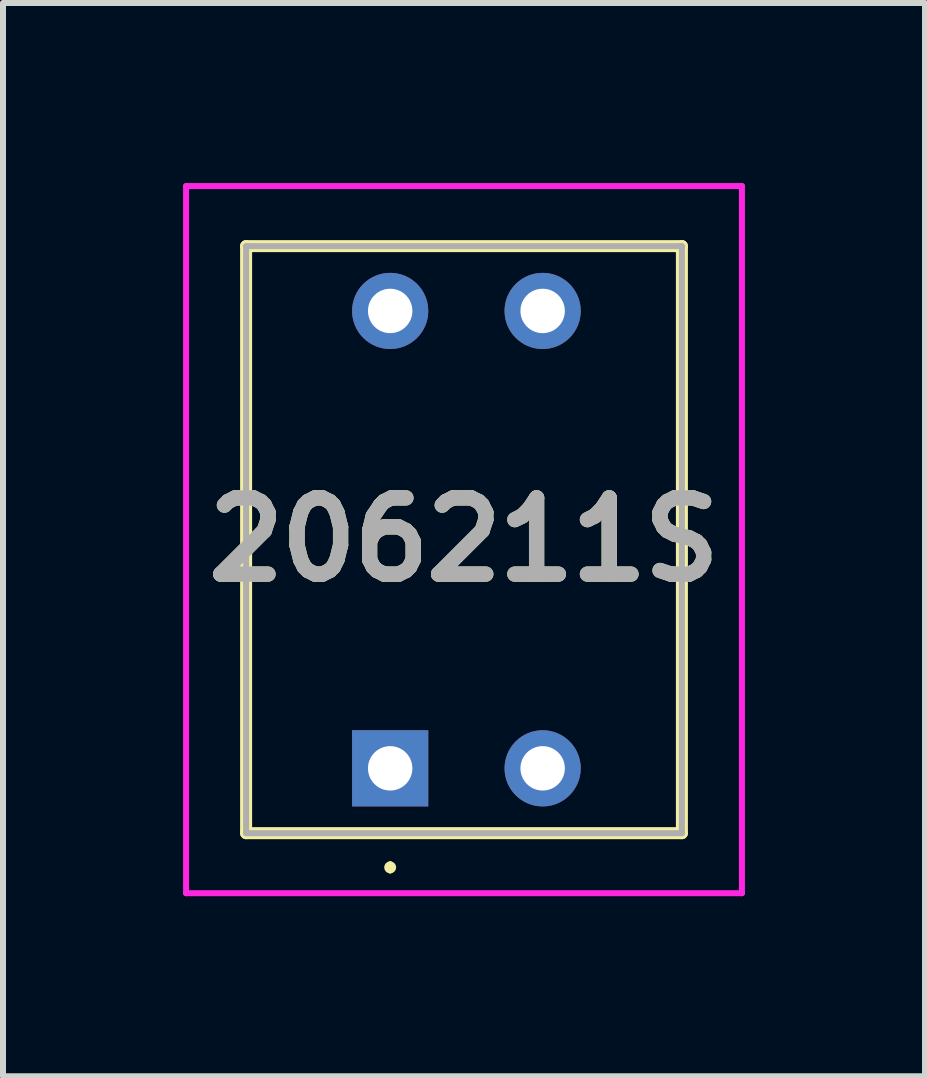
<source format=kicad_pcb>
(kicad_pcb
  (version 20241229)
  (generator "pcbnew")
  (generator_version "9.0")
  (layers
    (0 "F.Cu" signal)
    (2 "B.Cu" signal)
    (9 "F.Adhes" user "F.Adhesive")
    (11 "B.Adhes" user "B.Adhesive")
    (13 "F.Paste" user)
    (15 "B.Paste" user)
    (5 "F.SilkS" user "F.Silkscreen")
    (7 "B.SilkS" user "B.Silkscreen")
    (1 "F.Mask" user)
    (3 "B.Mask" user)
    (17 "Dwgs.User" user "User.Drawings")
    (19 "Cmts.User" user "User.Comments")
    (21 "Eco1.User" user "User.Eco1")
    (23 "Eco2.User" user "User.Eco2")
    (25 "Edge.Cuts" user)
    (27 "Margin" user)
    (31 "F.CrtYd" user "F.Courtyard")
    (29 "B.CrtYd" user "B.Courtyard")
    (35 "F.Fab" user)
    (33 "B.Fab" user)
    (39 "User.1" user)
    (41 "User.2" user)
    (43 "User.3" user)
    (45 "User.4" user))
  (footprint "206211S"
    (layer "F.Cu")
    (at 3.45 9.75)
    (property "Reference" "206211S" (at 1.23 -3.81 0) (layer "F.SilkS") (effects (font (size 1.27 1.27) (thickness 0.254))))
    (attr through_hole)
    (fp_line (start -2.4 -8.7) (end -2.4 1.08) (stroke (width 0.2) (type solid)) (layer "F.SilkS"))
    (fp_line (start -2.4 1.08) (end 4.86 1.08) (stroke (width 0.2) (type solid)) (layer "F.SilkS"))
    (fp_line (start 0 1.6) (end 0 1.6) (stroke (width 0.1) (type solid)) (layer "F.SilkS"))
    (fp_line (start 0 1.7) (end 0 1.7) (stroke (width 0.1) (type solid)) (layer "F.SilkS"))
    (fp_line (start 4.86 -8.7) (end -2.4 -8.7) (stroke (width 0.2) (type solid)) (layer "F.SilkS"))
    (fp_line (start 4.86 1.08) (end 4.86 -8.7) (stroke (width 0.2) (type solid)) (layer "F.SilkS"))
    (fp_arc (start 0 1.6) (mid 0.05 1.65) (end 0 1.7) (stroke (width 0.1) (type solid)) (layer "F.SilkS"))
    (fp_arc (start 0 1.7) (mid -0.05 1.65) (end 0 1.6) (stroke (width 0.1) (type solid)) (layer "F.SilkS"))
    (fp_line (start -3.4 -9.7) (end -3.4 2.08) (stroke (width 0.1) (type solid)) (layer "F.CrtYd"))
    (fp_line (start -3.4 2.08) (end 5.86 2.08) (stroke (width 0.1) (type solid)) (layer "F.CrtYd"))
    (fp_line (start 5.86 -9.7) (end -3.4 -9.7) (stroke (width 0.1) (type solid)) (layer "F.CrtYd"))
    (fp_line (start 5.86 2.08) (end 5.86 -9.7) (stroke (width 0.1) (type solid)) (layer "F.CrtYd"))
    (fp_line (start -2.4 -8.7) (end 4.86 -8.7) (stroke (width 0.1) (type solid)) (layer "F.Fab"))
    (fp_line (start -2.4 1.08) (end -2.4 -8.7) (stroke (width 0.1) (type solid)) (layer "F.Fab"))
    (fp_line (start 4.86 -8.7) (end 4.86 1.08) (stroke (width 0.1) (type solid)) (layer "F.Fab"))
    (fp_line (start 4.86 1.08) (end -2.4 1.08) (stroke (width 0.1) (type solid)) (layer "F.Fab"))
    (fp_text user "${REFERENCE}" (at 1.23 -3.81 0) (layer "F.Fab") (effects (font (size 1.27 1.27) (thickness 0.254))))
    (pad "A1" thru_hole rect (at 0 0) (size 1.269 1.269) (drill 0.74) (layers "*.Cu" "*.Mask"))
    (pad "A2" thru_hole circle (at 2.54 0) (size 1.269 1.269) (drill 0.74) (layers "*.Cu" "*.Mask"))
    (pad "B1" thru_hole circle (at 0 -7.62) (size 1.269 1.269) (drill 0.74) (layers "*.Cu" "*.Mask"))
    (pad "B2" thru_hole circle (at 2.54 -7.62) (size 1.269 1.269) (drill 0.74) (layers "*.Cu" "*.Mask")))
  (gr_rect
    (start -3 -3)
    (end 12.36 14.88)
    (stroke (width 0.1) (type default))
    (fill no)
    (layer "Edge.Cuts")))
</source>
